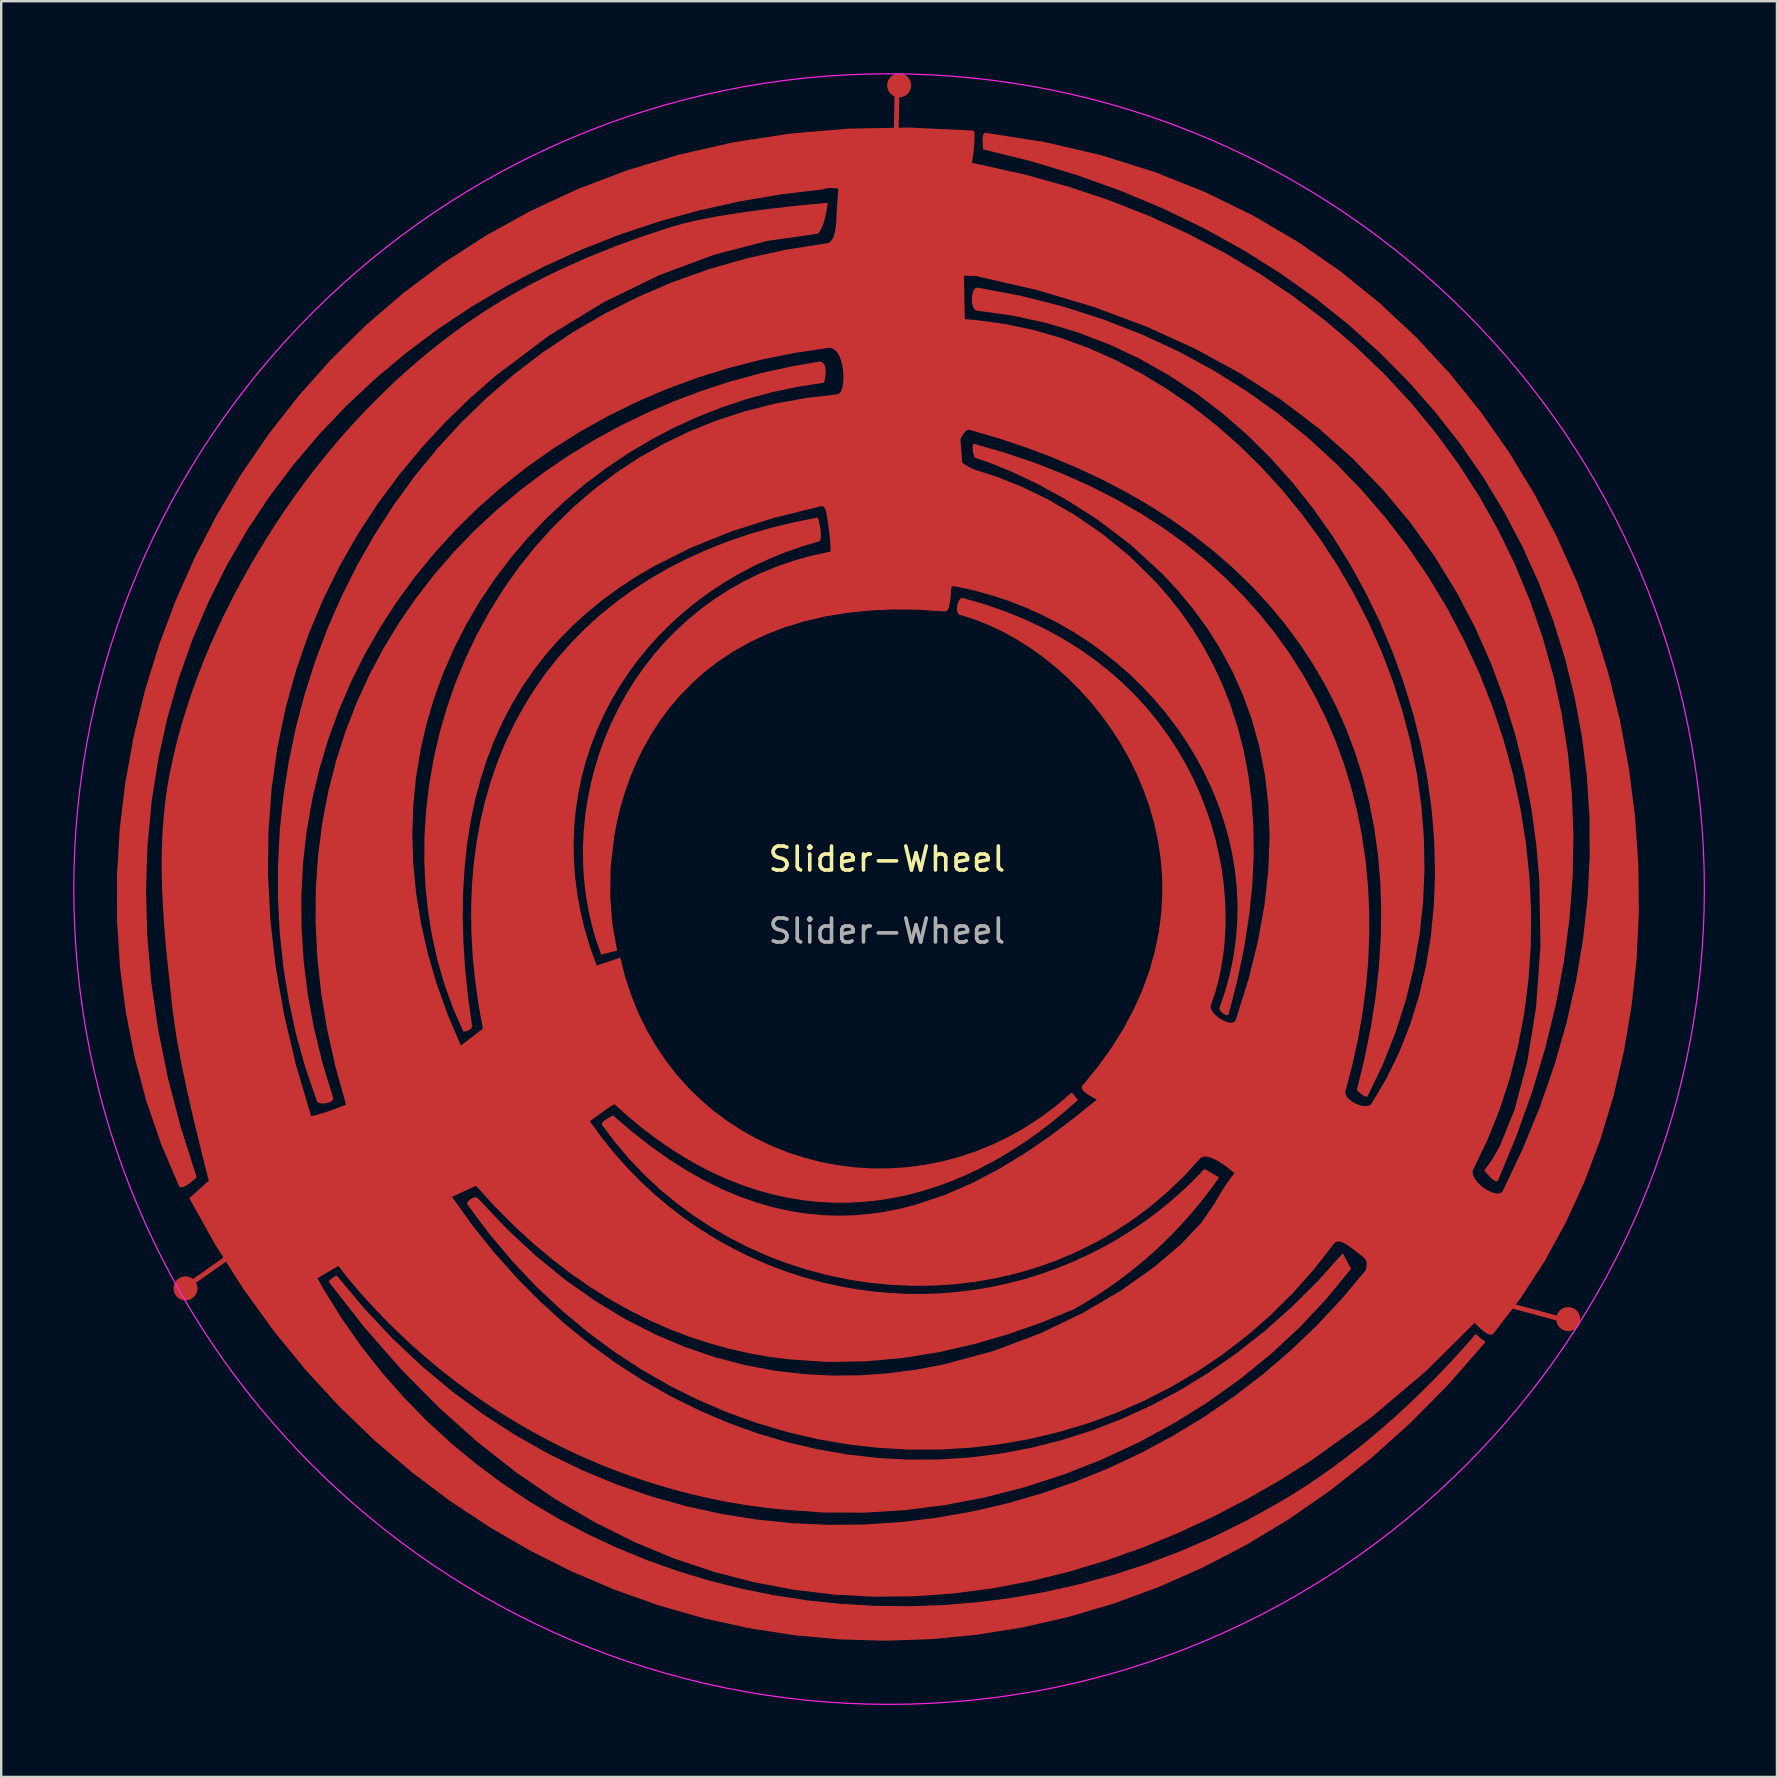
<source format=kicad_pcb>
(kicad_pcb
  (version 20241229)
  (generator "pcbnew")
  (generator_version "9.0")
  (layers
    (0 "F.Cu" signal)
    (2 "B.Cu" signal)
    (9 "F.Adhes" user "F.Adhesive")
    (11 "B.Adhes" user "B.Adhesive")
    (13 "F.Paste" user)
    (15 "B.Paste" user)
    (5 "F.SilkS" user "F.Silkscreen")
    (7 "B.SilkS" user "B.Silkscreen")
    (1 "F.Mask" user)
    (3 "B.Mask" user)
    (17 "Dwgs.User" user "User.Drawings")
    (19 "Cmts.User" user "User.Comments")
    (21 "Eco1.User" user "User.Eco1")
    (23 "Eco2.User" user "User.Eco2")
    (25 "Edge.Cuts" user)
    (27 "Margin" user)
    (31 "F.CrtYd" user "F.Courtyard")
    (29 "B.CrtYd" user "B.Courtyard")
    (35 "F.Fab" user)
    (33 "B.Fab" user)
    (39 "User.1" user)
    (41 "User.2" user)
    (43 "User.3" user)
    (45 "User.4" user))
  (footprint "Slider-Wheel"
    (layer "F.Cu")
    (at 33.989 34.009)
    (property "Reference" "Slider-Wheel" (at -0.08 -1.26 0) (unlocked yes) (layer "F.SilkS") (effects (font (size 1 1) (thickness 0.15))))
    (attr smd)
    (fp_line (start -29.42 16.66) (end -27.45 15.27) (stroke (width 0.2) (type solid)) (layer "F.Cu"))
    (fp_line (start 0.34 -33.08) (end 0.3 -31.37) (stroke (width 0.2) (type solid)) (layer "F.Cu"))
    (fp_line (start 25.55 17.25) (end 27.96 17.9) (stroke (width 0.2) (type solid)) (layer "F.Cu"))
    (fp_poly (pts (xy -2.567 -28.45) (xy -2.593 -28.282) (xy -2.634 -28.081) (xy -2.659 -27.974) (xy -2.689 -27.866) (xy -2.723 -27.758) (xy -2.761 -27.654) (xy -2.803 -27.556) (xy -2.851 -27.466) (xy -2.876 -27.425) (xy -2.903 -27.386) (xy -2.931 -27.351) (xy -2.961 -27.32) (xy -5.065 -27.02) (xy -7.286 -26.442) (xy -9.575 -25.589) (xy -11.887 -24.463) (xy -14.173 -23.066) (xy -16.385 -21.401) (xy -17.45 -20.469) (xy -18.478 -19.471) (xy -19.464 -18.407) (xy -20.403 -17.278) (xy -21.287 -16.084) (xy -22.112 -14.824) (xy -22.871 -13.5) (xy -23.559 -12.112) (xy -24.169 -10.66) (xy -24.696 -9.144) (xy -25.134 -7.565) (xy -25.476 -5.923) (xy -25.717 -4.218) (xy -25.851 -2.451) (xy -25.872 -0.622) (xy -25.774 1.27) (xy -25.552 3.222) (xy -25.198 5.236) (xy -24.708 7.311) (xy -24.075 9.446) (xy -24.037 9.445) (xy -23.97 9.433) (xy -23.852 9.405) (xy -23.672 9.352) (xy -23.415 9.268) (xy -23.068 9.146) (xy -22.619 8.979) (xy -23.06 7.396) (xy -23.405 5.843) (xy -23.656 4.322) (xy -23.817 2.834) (xy -23.889 1.38) (xy -23.877 -0.04) (xy -23.782 -1.424) (xy -23.608 -2.773) (xy -23.357 -4.084) (xy -23.033 -5.357) (xy -22.637 -6.592) (xy -22.173 -7.787) (xy -21.644 -8.941) (xy -21.052 -10.054) (xy -20.4 -11.124) (xy -19.691 -12.151) (xy -18.928 -13.135) (xy -18.113 -14.073) (xy -17.25 -14.965) (xy -16.341 -15.81) (xy -15.389 -16.608) (xy -14.397 -17.358) (xy -13.368 -18.058) (xy -12.304 -18.708) (xy -11.208 -19.307) (xy -10.083 -19.853) (xy -8.933 -20.347) (xy -7.758 -20.788) (xy -6.564 -21.173) (xy -5.351 -21.503) (xy -4.124 -21.777) (xy -2.884 -21.993) (xy -2.855 -21.99) (xy -2.828 -21.984) (xy -2.802 -21.975) (xy -2.779 -21.964) (xy -2.758 -21.949) (xy -2.738 -21.932) (xy -2.721 -21.913) (xy -2.705 -21.892) (xy -2.691 -21.868) (xy -2.678 -21.843) (xy -2.667 -21.816) (xy -2.658 -21.787) (xy -2.644 -21.725) (xy -2.635 -21.659) (xy -2.631 -21.59) (xy -2.632 -21.518) (xy -2.636 -21.445) (xy -2.645 -21.373) (xy -2.656 -21.302) (xy -2.67 -21.234) (xy -2.687 -21.169) (xy -2.705 -21.11) (xy -3.792 -20.944) (xy -4.866 -20.716) (xy -5.925 -20.429) (xy -6.965 -20.083) (xy -7.984 -19.681) (xy -8.979 -19.224) (xy -9.949 -18.714) (xy -10.889 -18.152) (xy -11.797 -17.54) (xy -12.672 -16.88) (xy -13.509 -16.173) (xy -14.306 -15.421) (xy -15.062 -14.626) (xy -15.772 -13.789) (xy -16.435 -12.912) (xy -17.047 -11.997) (xy -17.607 -11.045) (xy -18.11 -10.058) (xy -18.556 -9.038) (xy -18.941 -7.986) (xy -19.262 -6.904) (xy -19.517 -5.793) (xy -19.703 -4.656) (xy -19.817 -3.494) (xy -19.857 -2.308) (xy -19.82 -1.1) (xy -19.704 0.127) (xy -19.505 1.374) (xy -19.221 2.637) (xy -18.85 3.915) (xy -18.389 5.207) (xy -17.835 6.51) (xy -16.917 5.805) (xy -17.104 4.768) (xy -17.246 3.748) (xy -17.344 2.746) (xy -17.397 1.763) (xy -17.407 0.8) (xy -17.374 -0.143) (xy -17.298 -1.065) (xy -17.18 -1.966) (xy -17.02 -2.845) (xy -16.819 -3.701) (xy -16.577 -4.533) (xy -16.296 -5.342) (xy -15.974 -6.126) (xy -15.613 -6.885) (xy -15.213 -7.618) (xy -14.775 -8.324) (xy -14.3 -9.003) (xy -13.787 -9.654) (xy -13.237 -10.277) (xy -12.651 -10.871) (xy -12.029 -11.435) (xy -11.371 -11.968) (xy -10.679 -12.471) (xy -9.952 -12.942) (xy -9.192 -13.38) (xy -8.398 -13.786) (xy -7.571 -14.158) (xy -6.712 -14.496) (xy -5.82 -14.799) (xy -4.898 -15.067) (xy -3.944 -15.298) (xy -2.96 -15.493) (xy -2.928 -15.382) (xy -2.898 -15.262) (xy -2.868 -15.115) (xy -2.855 -15.035) (xy -2.844 -14.954) (xy -2.836 -14.871) (xy -2.832 -14.791) (xy -2.833 -14.712) (xy -2.84 -14.638) (xy -2.846 -14.603) (xy -2.853 -14.57) (xy -2.862 -14.538) (xy -2.873 -14.509) (xy -3.591 -14.297) (xy -4.29 -14.053) (xy -4.969 -13.778) (xy -5.627 -13.473) (xy -6.263 -13.138) (xy -6.876 -12.776) (xy -7.466 -12.386) (xy -8.032 -11.971) (xy -8.573 -11.53) (xy -9.088 -11.066) (xy -9.576 -10.578) (xy -10.037 -10.068) (xy -10.469 -9.538) (xy -10.872 -8.987) (xy -11.245 -8.417) (xy -11.587 -7.83) (xy -11.897 -7.226) (xy -12.175 -6.605) (xy -12.419 -5.97) (xy -12.629 -5.321) (xy -12.804 -4.659) (xy -12.943 -3.986) (xy -13.045 -3.301) (xy -13.11 -2.607) (xy -13.136 -1.904) (xy -13.123 -1.193) (xy -13.07 -0.476) (xy -12.976 0.247) (xy -12.84 0.975) (xy -12.662 1.706) (xy -12.44 2.441) (xy -12.174 3.176) (xy -11.194 2.847) (xy -10.988 3.651) (xy -10.735 4.42) (xy -10.437 5.154) (xy -10.097 5.851) (xy -9.716 6.511) (xy -9.298 7.134) (xy -8.844 7.719) (xy -8.356 8.265) (xy -7.837 8.773) (xy -7.288 9.241) (xy -6.713 9.669) (xy -6.113 10.056) (xy -5.491 10.402) (xy -4.849 10.707) (xy -4.188 10.969) (xy -3.512 11.189) (xy -2.823 11.365) (xy -2.122 11.498) (xy -1.412 11.587) (xy -0.695 11.63) (xy 0.026 11.628) (xy 0.75 11.581) (xy 1.474 11.486) (xy 2.196 11.345) (xy 2.913 11.157) (xy 3.624 10.92) (xy 4.326 10.635) (xy 5.017 10.3) (xy 5.694 9.916) (xy 6.357 9.482) (xy 7.001 8.997) (xy 7.626 8.461) (xy 7.881 8.78) (xy 7.313 9.278) (xy 6.739 9.747) (xy 6.159 10.185) (xy 5.574 10.593) (xy 4.984 10.97) (xy 4.388 11.317) (xy 3.789 11.634) (xy 3.186 11.919) (xy 2.579 12.173) (xy 1.969 12.395) (xy 1.357 12.586) (xy 0.742 12.745) (xy 0.125 12.873) (xy -0.493 12.968) (xy -1.113 13.03) (xy -1.733 13.06) (xy -2.353 13.058) (xy -2.973 13.022) (xy -3.593 12.954) (xy -4.212 12.852) (xy -4.83 12.717) (xy -5.446 12.548) (xy -6.06 12.345) (xy -6.671 12.108) (xy -7.28 11.837) (xy -7.885 11.531) (xy -8.487 11.191) (xy -9.085 10.815) (xy -9.678 10.405) (xy -10.267 9.96) (xy -10.85 9.479) (xy -11.427 8.963) (xy -11.468 8.979) (xy -11.519 9.005) (xy -11.577 9.039) (xy -11.642 9.08) (xy -11.787 9.178) (xy -11.943 9.289) (xy -12.244 9.508) (xy -12.369 9.597) (xy -12.463 9.658) (xy -11.972 10.336) (xy -11.453 10.982) (xy -10.908 11.597) (xy -10.338 12.179) (xy -9.744 12.729) (xy -9.127 13.246) (xy -8.49 13.73) (xy -7.833 14.181) (xy -7.158 14.598) (xy -6.465 14.981) (xy -5.758 15.329) (xy -5.036 15.643) (xy -4.301 15.922) (xy -3.555 16.165) (xy -2.799 16.372) (xy -2.034 16.544) (xy -1.344 16.667) (xy -0.648 16.76) (xy 0.051 16.823) (xy 0.753 16.857) (xy 1.457 16.861) (xy 2.162 16.834) (xy 2.867 16.777) (xy 3.571 16.689) (xy 4.272 16.57) (xy 4.971 16.42) (xy 5.666 16.238) (xy 6.356 16.025) (xy 7.04 15.779) (xy 7.717 15.501) (xy 8.386 15.191) (xy 9.046 14.848) (xy 9.325 14.692) (xy 9.6 14.53) (xy 9.871 14.364) (xy 10.138 14.193) (xy 10.401 14.018) (xy 10.659 13.838) (xy 10.913 13.654) (xy 11.162 13.466) (xy 11.407 13.273) (xy 11.648 13.077) (xy 11.884 12.876) (xy 12.116 12.671) (xy 12.344 12.463) (xy 12.567 12.25) (xy 12.785 12.034) (xy 12.999 11.814) (xy 13.007 11.802) (xy 13.016 11.789) (xy 13.024 11.777) (xy 13.033 11.766) (xy 13.043 11.755) (xy 13.053 11.744) (xy 13.063 11.734) (xy 13.074 11.724) (xy 13.085 11.715) (xy 13.097 11.706) (xy 13.109 11.698) (xy 13.122 11.69) (xy 13.134 11.682) (xy 13.148 11.675) (xy 13.162 11.668) (xy 13.176 11.662) (xy 13.766 12.007) (xy 13.464 12.428) (xy 13.15 12.839) (xy 12.826 13.241) (xy 12.491 13.633) (xy 12.146 14.015) (xy 11.791 14.387) (xy 11.425 14.748) (xy 11.05 15.099) (xy 10.665 15.438) (xy 10.271 15.767) (xy 9.867 16.085) (xy 9.454 16.391) (xy 9.032 16.685) (xy 8.6 16.967) (xy 8.161 17.238) (xy 7.712 17.496) (xy 6.401 18.037) (xy 5.026 18.524) (xy 3.592 18.944) (xy 2.106 19.284) (xy 0.577 19.531) (xy -0.99 19.672) (xy -2.588 19.694) (xy -4.209 19.583) (xy -5.026 19.474) (xy -5.847 19.327) (xy -6.67 19.14) (xy -7.495 18.912) (xy -8.32 18.641) (xy -9.146 18.325) (xy -9.97 17.963) (xy -10.793 17.554) (xy -11.613 17.094) (xy -12.429 16.584) (xy -13.241 16.021) (xy -14.047 15.403) (xy -14.848 14.73) (xy -15.641 13.998) (xy -16.427 13.208) (xy -17.203 12.356) (xy -18.204 12.815) (xy -17.352 14.004) (xy -16.453 15.128) (xy -15.509 16.188) (xy -14.524 17.181) (xy -13.5 18.109) (xy -12.439 18.968) (xy -11.345 19.76) (xy -10.22 20.484) (xy -9.067 21.137) (xy -7.889 21.72) (xy -6.688 22.232) (xy -5.468 22.672) (xy -4.23 23.04) (xy -2.978 23.333) (xy -1.714 23.553) (xy -0.441 23.698) (xy 0.839 23.766) (xy 2.121 23.758) (xy 3.405 23.673) (xy 4.686 23.51) (xy 5.963 23.267) (xy 7.232 22.945) (xy 8.491 22.542) (xy 9.737 22.058) (xy 10.968 21.492) (xy 12.18 20.844) (xy 13.371 20.111) (xy 14.538 19.294) (xy 15.679 18.392) (xy 16.791 17.404) (xy 17.87 16.33) (xy 18.915 15.167) (xy 19.26 15.813) (xy 18.234 17.068) (xy 17.117 18.255) (xy 15.914 19.372) (xy 14.633 20.414) (xy 13.281 21.378) (xy 11.863 22.261) (xy 10.387 23.06) (xy 8.86 23.769) (xy 7.288 24.387) (xy 5.677 24.91) (xy 4.035 25.333) (xy 2.368 25.655) (xy 0.683 25.87) (xy -1.014 25.976) (xy -2.716 25.97) (xy -4.415 25.847) (xy -4.702 25.818) (xy -4.987 25.787) (xy -5.272 25.752) (xy -5.557 25.714) (xy -5.842 25.673) (xy -6.126 25.629) (xy -6.409 25.582) (xy -6.692 25.532) (xy -6.974 25.479) (xy -7.256 25.423) (xy -7.537 25.364) (xy -7.817 25.301) (xy -8.097 25.236) (xy -8.376 25.168) (xy -8.654 25.096) (xy -8.932 25.022) (xy -9.209 24.944) (xy -9.485 24.864) (xy -9.76 24.78) (xy -10.035 24.694) (xy -10.309 24.604) (xy -10.581 24.512) (xy -10.853 24.416) (xy -11.124 24.318) (xy -11.394 24.217) (xy -11.663 24.112) (xy -11.931 24.005) (xy -12.198 23.894) (xy -12.464 23.781) (xy -12.729 23.665) (xy -12.993 23.546) (xy -13.255 23.423) (xy -13.517 23.298) (xy -13.777 23.17) (xy -14.036 23.039) (xy -14.294 22.905) (xy -14.55 22.769) (xy -14.806 22.629) (xy -15.06 22.486) (xy -15.312 22.341) (xy -15.564 22.193) (xy -15.814 22.041) (xy -16.062 21.887) (xy -16.31 21.73) (xy -16.555 21.571) (xy -16.799 21.408) (xy -17.042 21.243) (xy -17.283 21.074) (xy -17.523 20.903) (xy -17.761 20.729) (xy -17.998 20.552) (xy -18.232 20.373) (xy -18.466 20.19) (xy -18.697 20.005) (xy -18.927 19.817) (xy -19.155 19.626) (xy -19.381 19.433) (xy -19.606 19.236) (xy -19.829 19.037) (xy -20.05 18.835) (xy -20.269 18.63) (xy -20.486 18.422) (xy -20.701 18.212) (xy -20.915 17.999) (xy -21.126 17.783) (xy -21.336 17.565) (xy -21.543 17.343) (xy -21.749 17.12) (xy -21.952 16.893) (xy -22.153 16.663) (xy -22.353 16.431) (xy -22.55 16.197) (xy -22.597 16.138) (xy -22.645 16.077) (xy -22.742 15.949) (xy -22.84 15.819) (xy -22.889 15.756) (xy -22.937 15.694) (xy -23.813 16.207) (xy -23.675 16.454) (xy -23.605 16.577) (xy -23.534 16.7) (xy -22.789 17.896) (xy -21.986 19.039) (xy -21.128 20.13) (xy -20.217 21.166) (xy -19.257 22.147) (xy -18.249 23.073) (xy -17.197 23.944) (xy -16.102 24.757) (xy -14.967 25.514) (xy -13.795 26.212) (xy -12.588 26.852) (xy -11.349 27.432) (xy -10.081 27.952) (xy -8.786 28.412) (xy -7.466 28.811) (xy -6.124 29.147) (xy -4.763 29.421) (xy -3.385 29.632) (xy -1.992 29.778) (xy -0.588 29.86) (xy 0.825 29.877) (xy 2.245 29.828) (xy 3.669 29.712) (xy 5.094 29.529) (xy 6.519 29.278) (xy 7.94 28.958) (xy 9.355 28.569) (xy 10.761 28.11) (xy 12.156 27.58) (xy 13.537 26.98) (xy 14.902 26.307) (xy 16.248 25.561) (xy 16.829 25.211) (xy 17.4 24.846) (xy 17.961 24.468) (xy 18.512 24.077) (xy 19.054 23.674) (xy 19.585 23.259) (xy 20.106 22.835) (xy 20.617 22.401) (xy 21.117 21.959) (xy 21.606 21.509) (xy 22.085 21.052) (xy 22.553 20.59) (xy 23.01 20.122) (xy 23.455 19.651) (xy 23.89 19.176) (xy 24.313 18.698) (xy 24.381 18.605) (xy 24.393 18.588) (xy 24.399 18.581) (xy 24.404 18.575) (xy 24.409 18.569) (xy 24.413 18.564) (xy 24.418 18.559) (xy 24.422 18.555) (xy 24.426 18.552) (xy 24.43 18.549) (xy 24.434 18.547) (xy 24.438 18.545) (xy 24.44 18.545) (xy 24.442 18.544) (xy 24.444 18.544) (xy 24.446 18.544) (xy 24.448 18.544) (xy 24.449 18.544) (xy 24.453 18.544) (xy 24.457 18.545) (xy 24.462 18.546) (xy 24.466 18.548) (xy 24.47 18.551) (xy 24.475 18.553) (xy 24.48 18.556) (xy 24.485 18.56) (xy 24.491 18.564) (xy 24.518 18.585) (xy 24.551 18.612) (xy 24.632 18.68) (xy 24.681 18.72) (xy 24.735 18.762) (xy 24.793 18.807) (xy 24.857 18.852) (xy 24.828 18.909) (xy 23.306 20.646) (xy 21.724 22.247) (xy 20.086 23.715) (xy 18.398 25.049) (xy 16.665 26.251) (xy 14.891 27.322) (xy 13.082 28.263) (xy 11.242 29.076) (xy 9.377 29.761) (xy 7.491 30.32) (xy 5.59 30.753) (xy 3.677 31.062) (xy 1.759 31.248) (xy -0.159 31.312) (xy -2.073 31.255) (xy -3.979 31.078) (xy -5.869 30.782) (xy -7.741 30.369) (xy -9.589 29.84) (xy -11.407 29.195) (xy -13.192 28.436) (xy -14.937 27.564) (xy -16.638 26.58) (xy -18.291 25.485) (xy -19.889 24.281) (xy -21.429 22.968) (xy -22.904 21.547) (xy -24.311 20.02) (xy -25.644 18.388) (xy -26.898 16.651) (xy -28.069 14.812) (xy -29.151 12.87) (xy -28.338 12.14) (xy -28.534 11.378) (xy -28.987 9.522) (xy -29.245 8.387) (xy -29.489 7.221) (xy -29.695 6.105) (xy -29.836 5.121) (xy -30.102 2.634) (xy -30.208 1.383) (xy -30.279 0.131) (xy -30.297 -0.495) (xy -30.303 -1.119) (xy -30.293 -1.743) (xy -30.267 -2.364) (xy -30.222 -2.984) (xy -30.158 -3.602) (xy -30.073 -4.217) (xy -29.965 -4.828) (xy -29.819 -5.516) (xy -29.653 -6.201) (xy -29.467 -6.881) (xy -29.261 -7.556) (xy -29.038 -8.227) (xy -28.797 -8.892) (xy -28.539 -9.552) (xy -28.265 -10.206) (xy -27.975 -10.854) (xy -27.671 -11.496) (xy -27.353 -12.13) (xy -27.021 -12.757) (xy -26.677 -13.376) (xy -26.321 -13.987) (xy -25.954 -14.59) (xy -25.576 -15.185) (xy -25.196 -15.759) (xy -24.802 -16.325) (xy -24.396 -16.884) (xy -23.978 -17.436) (xy -23.548 -17.978) (xy -23.106 -18.512) (xy -22.652 -19.036) (xy -22.186 -19.55) (xy -21.71 -20.053) (xy -21.222 -20.546) (xy -20.724 -21.027) (xy -20.215 -21.495) (xy -19.696 -21.952) (xy -19.167 -22.395) (xy -18.628 -22.824) (xy -18.079 -23.24) (xy -17.568 -23.606) (xy -17.047 -23.959) (xy -16.516 -24.298) (xy -15.976 -24.624) (xy -15.428 -24.938) (xy -14.872 -25.238) (xy -14.309 -25.527) (xy -13.739 -25.803) (xy -12.583 -26.321) (xy -11.408 -26.795) (xy -10.219 -27.226) (xy -9.02 -27.618) (xy -8.604 -27.735) (xy -8.144 -27.846) (xy -7.649 -27.949) (xy -7.13 -28.045) (xy -6.056 -28.215) (xy -5.002 -28.355) (xy -4.046 -28.464) (xy -3.266 -28.543) (xy -2.547 -28.606)) (stroke (width 0) (type solid)) (fill yes) (layer "F.Cu"))
    (fp_poly (pts (xy 3.459 -31.622) (xy 3.472 -31.621) (xy 3.485 -31.619) (xy 3.496 -31.615) (xy 3.507 -31.611) (xy 3.516 -31.607) (xy 3.525 -31.601) (xy 3.533 -31.595) (xy 3.54 -31.588) (xy 3.546 -31.58) (xy 3.551 -31.572) (xy 3.556 -31.562) (xy 3.559 -31.553) (xy 3.566 -31.531) (xy 3.57 -31.508) (xy 3.572 -31.481) (xy 3.572 -31.453) (xy 3.571 -31.391) (xy 3.568 -31.323) (xy 3.566 -31.248) (xy 3.565 -31.172) (xy 3.561 -31.092) (xy 3.556 -31.011) (xy 3.549 -30.929) (xy 3.533 -30.766) (xy 3.514 -30.613) (xy 3.496 -30.479) (xy 3.479 -30.372) (xy 3.464 -30.277) (xy 3.616 -30.242) (xy 3.75 -30.213) (xy 3.871 -30.188) (xy 5.712 -29.775) (xy 7.495 -29.279) (xy 9.218 -28.702) (xy 10.88 -28.047) (xy 12.478 -27.316) (xy 14.012 -26.512) (xy 15.479 -25.637) (xy 16.877 -24.693) (xy 18.206 -23.683) (xy 19.462 -22.609) (xy 20.645 -21.475) (xy 21.753 -20.281) (xy 22.783 -19.032) (xy 23.735 -17.728) (xy 24.606 -16.373) (xy 25.394 -14.97) (xy 26.099 -13.52) (xy 26.717 -12.026) (xy 27.248 -10.491) (xy 27.69 -8.916) (xy 28.04 -7.305) (xy 28.298 -5.66) (xy 28.462 -3.983) (xy 28.528 -2.277) (xy 28.497 -0.545) (xy 28.366 1.212) (xy 28.134 2.991) (xy 27.798 4.789) (xy 27.358 6.604) (xy 26.81 8.434) (xy 26.154 10.275) (xy 25.388 12.126) (xy 25.378 12.144) (xy 25.366 12.157) (xy 25.352 12.166) (xy 25.336 12.17) (xy 25.318 12.171) (xy 25.299 12.168) (xy 25.279 12.162) (xy 25.258 12.152) (xy 25.235 12.14) (xy 25.212 12.125) (xy 25.188 12.109) (xy 25.164 12.09) (xy 25.114 12.047) (xy 25.065 12) (xy 25.016 11.95) (xy 24.97 11.9) (xy 24.89 11.807) (xy 24.813 11.712) (xy 25.147 11.258) (xy 25.473 10.675) (xy 26.083 9.156) (xy 26.597 7.22) (xy 26.97 4.935) (xy 27.154 2.366) (xy 27.105 -0.42) (xy 26.978 -1.873) (xy 26.776 -3.356) (xy 26.492 -4.859) (xy 26.121 -6.375) (xy 25.657 -7.895) (xy 25.094 -9.412) (xy 24.427 -10.916) (xy 23.649 -12.399) (xy 22.756 -13.853) (xy 21.74 -15.27) (xy 20.597 -16.641) (xy 19.321 -17.959) (xy 17.906 -19.214) (xy 16.347 -20.399) (xy 14.636 -21.504) (xy 12.77 -22.523) (xy 10.741 -23.446) (xy 8.545 -24.265) (xy 6.175 -24.972) (xy 3.625 -25.558) (xy 3.132 -25.574) (xy 3.164 -23.76) (xy 3.332 -23.747) (xy 3.479 -23.736) (xy 3.612 -23.724) (xy 4.818 -23.563) (xy 6.008 -23.312) (xy 7.179 -22.975) (xy 8.328 -22.555) (xy 9.452 -22.056) (xy 10.549 -21.482) (xy 11.615 -20.835) (xy 12.648 -20.12) (xy 13.645 -19.34) (xy 14.603 -18.497) (xy 15.519 -17.597) (xy 16.389 -16.642) (xy 17.213 -15.635) (xy 17.985 -14.581) (xy 18.704 -13.483) (xy 19.367 -12.343) (xy 19.971 -11.166) (xy 20.512 -9.956) (xy 20.988 -8.715) (xy 21.397 -7.446) (xy 21.735 -6.155) (xy 21.999 -4.843) (xy 22.187 -3.515) (xy 22.295 -2.174) (xy 22.321 -0.823) (xy 22.263 0.533) (xy 22.116 1.893) (xy 21.878 3.251) (xy 21.546 4.606) (xy 21.118 5.952) (xy 20.591 7.287) (xy 19.961 8.608) (xy 19.952 8.62) (xy 19.948 8.626) (xy 19.942 8.63) (xy 19.931 8.637) (xy 19.918 8.641) (xy 19.904 8.643) (xy 19.889 8.642) (xy 19.872 8.639) (xy 19.855 8.634) (xy 19.837 8.627) (xy 19.819 8.619) (xy 19.8 8.609) (xy 19.78 8.598) (xy 19.741 8.572) (xy 19.701 8.543) (xy 19.662 8.512) (xy 19.626 8.481) (xy 19.592 8.45) (xy 19.562 8.423) (xy 19.502 8.363) (xy 19.826 7.039) (xy 20.087 5.742) (xy 20.286 4.472) (xy 20.423 3.229) (xy 20.501 2.014) (xy 20.518 0.827) (xy 20.478 -0.332) (xy 20.38 -1.462) (xy 20.225 -2.563) (xy 20.016 -3.635) (xy 19.751 -4.677) (xy 19.433 -5.69) (xy 19.063 -6.672) (xy 18.641 -7.623) (xy 18.169 -8.544) (xy 17.647 -9.433) (xy 17.077 -10.291) (xy 16.459 -11.117) (xy 15.794 -11.91) (xy 15.084 -12.672) (xy 14.329 -13.4) (xy 13.531 -14.095) (xy 12.689 -14.756) (xy 11.806 -15.384) (xy 10.883 -15.978) (xy 9.919 -16.537) (xy 8.917 -17.061) (xy 7.877 -17.55) (xy 6.801 -18.004) (xy 5.688 -18.422) (xy 4.541 -18.804) (xy 3.359 -19.149) (xy 3.343 -19.153) (xy 3.327 -19.154) (xy 3.31 -19.153) (xy 3.294 -19.148) (xy 3.277 -19.142) (xy 3.261 -19.134) (xy 3.244 -19.123) (xy 3.228 -19.111) (xy 3.212 -19.098) (xy 3.196 -19.083) (xy 3.18 -19.066) (xy 3.165 -19.049) (xy 3.135 -19.012) (xy 3.107 -18.973) (xy 3.081 -18.934) (xy 3.057 -18.895) (xy 3.036 -18.858) (xy 3.018 -18.825) (xy 2.984 -18.756) (xy 3.061 -17.776) (xy 3.115 -17.739) (xy 3.175 -17.698) (xy 3.253 -17.65) (xy 3.342 -17.598) (xy 3.39 -17.573) (xy 3.439 -17.548) (xy 3.49 -17.524) (xy 3.54 -17.503) (xy 3.591 -17.484) (xy 3.641 -17.468) (xy 4.522 -17.184) (xy 5.519 -16.785) (xy 6.6 -16.263) (xy 7.733 -15.61) (xy 8.888 -14.819) (xy 10.034 -13.882) (xy 11.14 -12.791) (xy 11.668 -12.185) (xy 12.175 -11.539) (xy 12.656 -10.85) (xy 13.107 -10.118) (xy 13.525 -9.342) (xy 13.906 -8.521) (xy 14.246 -7.653) (xy 14.541 -6.739) (xy 14.787 -5.777) (xy 14.98 -4.766) (xy 15.117 -3.705) (xy 15.193 -2.593) (xy 15.205 -1.429) (xy 15.148 -0.213) (xy 15.019 1.057) (xy 14.815 2.382) (xy 14.53 3.762) (xy 14.162 5.199) (xy 14.157 5.212) (xy 14.15 5.222) (xy 14.141 5.231) (xy 14.131 5.237) (xy 14.12 5.24) (xy 14.107 5.242) (xy 14.092 5.243) (xy 14.077 5.241) (xy 14.061 5.238) (xy 14.044 5.233) (xy 14.027 5.226) (xy 14.009 5.219) (xy 13.991 5.21) (xy 13.972 5.2) (xy 13.954 5.188) (xy 13.936 5.176) (xy 13.918 5.163) (xy 13.9 5.149) (xy 13.883 5.135) (xy 13.867 5.12) (xy 13.851 5.105) (xy 13.837 5.089) (xy 13.824 5.073) (xy 13.812 5.056) (xy 13.802 5.04) (xy 13.793 5.024) (xy 13.786 5.008) (xy 13.78 4.992) (xy 13.777 4.976) (xy 13.776 4.961) (xy 13.778 4.947) (xy 13.781 4.933) (xy 14.025 4.216) (xy 14.219 3.497) (xy 14.366 2.775) (xy 14.465 2.053) (xy 14.519 1.332) (xy 14.529 0.613) (xy 14.495 -0.102) (xy 14.419 -0.812) (xy 14.301 -1.515) (xy 14.143 -2.21) (xy 13.946 -2.896) (xy 13.711 -3.571) (xy 13.44 -4.234) (xy 13.132 -4.883) (xy 12.79 -5.517) (xy 12.414 -6.135) (xy 12.005 -6.735) (xy 11.565 -7.316) (xy 11.095 -7.875) (xy 10.595 -8.413) (xy 10.068 -8.928) (xy 9.513 -9.417) (xy 8.932 -9.881) (xy 8.327 -10.316) (xy 7.697 -10.723) (xy 7.046 -11.098) (xy 6.372 -11.442) (xy 5.678 -11.753) (xy 4.965 -12.029) (xy 4.233 -12.268) (xy 3.484 -12.471) (xy 2.719 -12.634) (xy 2.702 -12.636) (xy 2.687 -12.636) (xy 2.673 -12.635) (xy 2.661 -12.631) (xy 2.65 -12.626) (xy 2.64 -12.619) (xy 2.632 -12.61) (xy 2.624 -12.6) (xy 2.617 -12.589) (xy 2.612 -12.576) (xy 2.603 -12.546) (xy 2.597 -12.512) (xy 2.593 -12.473) (xy 2.589 -12.386) (xy 2.587 -12.289) (xy 2.585 -12.238) (xy 2.581 -12.187) (xy 2.575 -12.136) (xy 2.566 -12.085) (xy 2.557 -12.035) (xy 2.548 -11.986) (xy 2.531 -11.891) (xy 2.522 -11.846) (xy 2.513 -11.804) (xy 2.503 -11.764) (xy 2.498 -11.745) (xy 2.492 -11.726) (xy 2.486 -11.709) (xy 2.479 -11.692) (xy 2.472 -11.677) (xy 2.464 -11.662) (xy 2.456 -11.649) (xy 2.447 -11.636) (xy 2.438 -11.625) (xy 2.428 -11.614) (xy 2.417 -11.605) (xy 2.405 -11.598) (xy 2.393 -11.591) (xy 2.38 -11.586) (xy 2.366 -11.582) (xy 2.351 -11.58) (xy 2.335 -11.579) (xy 2.318 -11.58) (xy 1.209 -11.651) (xy 0.154 -11.662) (xy -0.849 -11.615) (xy -1.8 -11.514) (xy -2.701 -11.361) (xy -3.552 -11.159) (xy -4.354 -10.911) (xy -5.108 -10.619) (xy -5.815 -10.285) (xy -6.477 -9.914) (xy -7.093 -9.506) (xy -7.666 -9.066) (xy -8.195 -8.595) (xy -8.683 -8.097) (xy -9.129 -7.574) (xy -9.535 -7.029) (xy -9.901 -6.464) (xy -10.229 -5.882) (xy -10.52 -5.286) (xy -10.775 -4.679) (xy -10.994 -4.064) (xy -11.178 -3.442) (xy -11.329 -2.817) (xy -11.447 -2.191) (xy -11.589 -0.948) (xy -11.612 0.264) (xy -11.524 1.425) (xy -11.331 2.513) (xy -11.329 2.52) (xy -11.329 2.527) (xy -11.329 2.533) (xy -11.33 2.539) (xy -11.332 2.544) (xy -11.335 2.549) (xy -11.338 2.553) (xy -11.342 2.557) (xy -11.347 2.56) (xy -11.352 2.564) (xy -11.364 2.569) (xy -11.378 2.574) (xy -11.393 2.578) (xy -11.41 2.582) (xy -11.428 2.585) (xy -11.467 2.59) (xy -11.508 2.597) (xy -11.529 2.602) (xy -11.549 2.607) (xy -11.624 2.628) (xy -11.7 2.649) (xy -11.842 2.686) (xy -11.988 2.722) (xy -12.202 2.109) (xy -12.38 1.483) (xy -12.523 0.848) (xy -12.631 0.205) (xy -12.704 -0.445) (xy -12.742 -1.099) (xy -12.746 -1.757) (xy -12.716 -2.416) (xy -12.652 -3.074) (xy -12.555 -3.73) (xy -12.424 -4.382) (xy -12.26 -5.028) (xy -12.063 -5.667) (xy -11.834 -6.297) (xy -11.572 -6.915) (xy -11.278 -7.521) (xy -10.953 -8.113) (xy -10.596 -8.689) (xy -10.207 -9.246) (xy -9.788 -9.784) (xy -9.338 -10.301) (xy -8.857 -10.794) (xy -8.346 -11.263) (xy -7.804 -11.705) (xy -7.234 -12.119) (xy -6.633 -12.503) (xy -6.003 -12.855) (xy -5.345 -13.173) (xy -4.657 -13.456) (xy -3.941 -13.702) (xy -3.197 -13.91) (xy -2.425 -14.077) (xy -2.428 -14.18) (xy -2.443 -14.447) (xy -2.457 -14.624) (xy -2.476 -14.82) (xy -2.502 -15.027) (xy -2.534 -15.237) (xy -2.544 -15.299) (xy -2.553 -15.363) (xy -2.571 -15.493) (xy -2.58 -15.558) (xy -2.59 -15.621) (xy -2.602 -15.681) (xy -2.616 -15.738) (xy -2.623 -15.765) (xy -2.632 -15.791) (xy -2.641 -15.815) (xy -2.65 -15.838) (xy -2.661 -15.859) (xy -2.673 -15.879) (xy -2.685 -15.897) (xy -2.699 -15.913) (xy -2.713 -15.927) (xy -2.729 -15.938) (xy -2.746 -15.948) (xy -2.764 -15.955) (xy -2.783 -15.959) (xy -2.804 -15.961) (xy -2.826 -15.96) (xy -2.85 -15.956) (xy -4.766 -15.485) (xy -6.572 -14.91) (xy -8.263 -14.228) (xy -9.834 -13.438) (xy -10.572 -13.001) (xy -11.279 -12.535) (xy -11.953 -12.04) (xy -12.593 -11.516) (xy -13.2 -10.963) (xy -13.771 -10.379) (xy -14.308 -9.765) (xy -14.808 -9.12) (xy -15.271 -8.444) (xy -15.698 -7.736) (xy -16.086 -6.997) (xy -16.435 -6.225) (xy -16.745 -5.42) (xy -17.015 -4.583) (xy -17.244 -3.711) (xy -17.432 -2.806) (xy -17.577 -1.867) (xy -17.68 -0.893) (xy -17.74 0.116) (xy -17.756 1.161) (xy -17.726 2.241) (xy -17.652 3.358) (xy -17.531 4.511) (xy -17.364 5.701) (xy -17.363 5.712) (xy -17.364 5.724) (xy -17.367 5.736) (xy -17.373 5.748) (xy -17.379 5.76) (xy -17.388 5.772) (xy -17.397 5.785) (xy -17.408 5.797) (xy -17.42 5.809) (xy -17.434 5.821) (xy -17.463 5.843) (xy -17.495 5.864) (xy -17.529 5.883) (xy -17.564 5.899) (xy -17.598 5.911) (xy -17.615 5.916) (xy -17.632 5.92) (xy -17.648 5.923) (xy -17.663 5.925) (xy -17.677 5.926) (xy -17.691 5.925) (xy -17.704 5.923) (xy -17.715 5.92) (xy -17.726 5.915) (xy -17.735 5.909) (xy -17.742 5.901) (xy -17.748 5.892) (xy -18.159 4.953) (xy -18.51 3.984) (xy -18.8 2.991) (xy -19.029 1.976) (xy -19.198 0.942) (xy -19.308 -0.106) (xy -19.358 -1.165) (xy -19.349 -2.231) (xy -19.28 -3.301) (xy -19.154 -4.371) (xy -18.969 -5.437) (xy -18.726 -6.496) (xy -18.425 -7.545) (xy -18.067 -8.579) (xy -17.651 -9.595) (xy -17.179 -10.59) (xy -16.651 -11.56) (xy -16.066 -12.5) (xy -15.426 -13.409) (xy -14.729 -14.281) (xy -13.978 -15.114) (xy -13.171 -15.903) (xy -12.31 -16.646) (xy -11.394 -17.338) (xy -10.425 -17.977) (xy -9.401 -18.557) (xy -8.324 -19.077) (xy -7.194 -19.531) (xy -6.011 -19.917) (xy -4.776 -20.231) (xy -3.488 -20.469) (xy -2.148 -20.628) (xy -2.11 -20.637) (xy -2.075 -20.657) (xy -2.043 -20.686) (xy -2.014 -20.725) (xy -1.988 -20.772) (xy -1.965 -20.827) (xy -1.945 -20.889) (xy -1.928 -20.958) (xy -1.904 -21.11) (xy -1.893 -21.278) (xy -1.895 -21.457) (xy -1.91 -21.64) (xy -1.939 -21.822) (xy -1.981 -21.996) (xy -2.007 -22.079) (xy -2.037 -22.158) (xy -2.07 -22.231) (xy -2.107 -22.3) (xy -2.148 -22.362) (xy -2.192 -22.417) (xy -2.24 -22.464) (xy -2.291 -22.503) (xy -2.346 -22.532) (xy -2.405 -22.552) (xy -2.468 -22.561) (xy -2.534 -22.558) (xy -3.943 -22.349) (xy -5.324 -22.07) (xy -6.673 -21.725) (xy -7.99 -21.314) (xy -9.272 -20.84) (xy -10.517 -20.304) (xy -11.723 -19.71) (xy -12.888 -19.058) (xy -14.01 -18.351) (xy -15.087 -17.59) (xy -16.116 -16.778) (xy -17.096 -15.917) (xy -18.025 -15.008) (xy -18.9 -14.053) (xy -19.72 -13.055) (xy -20.482 -12.015) (xy -21.184 -10.936) (xy -21.825 -9.819) (xy -22.402 -8.666) (xy -22.913 -7.479) (xy -23.357 -6.261) (xy -23.73 -5.012) (xy -24.031 -3.736) (xy -24.258 -2.434) (xy -24.409 -1.108) (xy -24.482 0.24) (xy -24.474 1.608) (xy -24.384 2.995) (xy -24.21 4.397) (xy -23.949 5.814) (xy -23.599 7.243) (xy -23.159 8.682) (xy -23.154 8.702) (xy -23.154 8.722) (xy -23.157 8.741) (xy -23.164 8.759) (xy -23.174 8.777) (xy -23.187 8.794) (xy -23.204 8.81) (xy -23.223 8.825) (xy -23.244 8.839) (xy -23.267 8.853) (xy -23.293 8.865) (xy -23.32 8.877) (xy -23.378 8.896) (xy -23.44 8.911) (xy -23.503 8.921) (xy -23.567 8.925) (xy -23.598 8.925) (xy -23.629 8.924) (xy -23.658 8.921) (xy -23.686 8.916) (xy -23.713 8.91) (xy -23.738 8.902) (xy -23.76 8.892) (xy -23.781 8.881) (xy -23.799 8.867) (xy -23.815 8.852) (xy -23.827 8.835) (xy -23.837 8.816) (xy -24.302 7.465) (xy -24.688 6.09) (xy -24.995 4.694) (xy -25.225 3.281) (xy -25.378 1.855) (xy -25.454 0.42) (xy -25.454 -1.019) (xy -25.379 -2.46) (xy -25.229 -3.897) (xy -25.005 -5.327) (xy -24.707 -6.746) (xy -24.337 -8.15) (xy -23.894 -9.534) (xy -23.38 -10.896) (xy -22.794 -12.231) (xy -22.138 -13.535) (xy -21.413 -14.803) (xy -20.618 -16.033) (xy -19.754 -17.22) (xy -18.823 -18.36) (xy -17.824 -19.448) (xy -16.758 -20.482) (xy -15.626 -21.457) (xy -14.429 -22.369) (xy -13.167 -23.215) (xy -11.841 -23.989) (xy -10.45 -24.688) (xy -8.997 -25.309) (xy -7.482 -25.847) (xy -5.904 -26.298) (xy -4.265 -26.658) (xy -2.566 -26.924) (xy -2.53 -26.931) (xy -2.497 -26.944) (xy -2.466 -26.963) (xy -2.437 -26.986) (xy -2.41 -27.014) (xy -2.385 -27.045) (xy -2.362 -27.081) (xy -2.341 -27.12) (xy -2.322 -27.161) (xy -2.304 -27.206) (xy -2.273 -27.3) (xy -2.248 -27.4) (xy -2.228 -27.503) (xy -2.213 -27.605) (xy -2.202 -27.703) (xy -2.189 -27.877) (xy -2.184 -28.045) (xy -2.109 -29.197) (xy -2.18 -29.207) (xy -2.256 -29.216) (xy -2.349 -29.222) (xy -2.398 -29.224) (xy -2.449 -29.224) (xy -2.5 -29.222) (xy -2.55 -29.218) (xy -2.598 -29.211) (xy -2.643 -29.202) (xy -2.684 -29.188) (xy -2.703 -29.18) (xy -2.72 -29.171) (xy -4.487 -28.962) (xy -6.227 -28.665) (xy -7.936 -28.283) (xy -9.611 -27.817) (xy -11.249 -27.27) (xy -12.846 -26.642) (xy -14.399 -25.937) (xy -15.904 -25.154) (xy -17.359 -24.297) (xy -18.759 -23.367) (xy -20.1 -22.365) (xy -21.381 -21.294) (xy -22.597 -20.156) (xy -23.745 -18.951) (xy -24.821 -17.682) (xy -25.822 -16.351) (xy -26.745 -14.959) (xy -27.585 -13.508) (xy -28.341 -12) (xy -29.008 -10.437) (xy -29.582 -8.82) (xy -30.062 -7.151) (xy -30.442 -5.432) (xy -30.719 -3.665) (xy -30.891 -1.851) (xy -30.954 0.008) (xy -30.904 1.909) (xy -30.738 3.852) (xy -30.452 5.834) (xy -30.043 7.854) (xy -29.508 9.91) (xy -28.843 12.001) (xy -28.942 12.091) (xy -29.046 12.179) (xy -29.106 12.226) (xy -29.169 12.272) (xy -29.233 12.316) (xy -29.297 12.354) (xy -29.329 12.37) (xy -29.359 12.385) (xy -29.389 12.397) (xy -29.418 12.407) (xy -29.445 12.413) (xy -29.471 12.417) (xy -29.495 12.417) (xy -29.517 12.414) (xy -29.537 12.406) (xy -29.555 12.395) (xy -29.57 12.379) (xy -29.582 12.358) (xy -30.322 10.621) (xy -30.937 8.834) (xy -31.427 7.005) (xy -31.793 5.141) (xy -32.038 3.248) (xy -32.161 1.336) (xy -32.164 -0.59) (xy -32.049 -2.522) (xy -31.816 -4.452) (xy -31.466 -6.374) (xy -31.001 -8.279) (xy -30.421 -10.161) (xy -29.728 -12.012) (xy -28.923 -13.826) (xy -28.007 -15.593) (xy -26.981 -17.309) (xy -25.847 -18.964) (xy -24.604 -20.552) (xy -23.256 -22.065) (xy -21.801 -23.497) (xy -20.243 -24.839) (xy -18.582 -26.085) (xy -16.818 -27.227) (xy -14.954 -28.257) (xy -12.99 -29.17) (xy -10.927 -29.956) (xy -8.766 -30.609) (xy -6.51 -31.122) (xy -4.158 -31.487) (xy -1.712 -31.697) (xy 0.828 -31.745)) (stroke (width 0) (type solid)) (fill yes) (layer "F.Cu"))
    (fp_poly (pts (xy 4.046 -31.524) (xy 6.504 -31.137) (xy 8.845 -30.591) (xy 11.069 -29.895) (xy 13.176 -29.056) (xy 15.166 -28.083) (xy 17.04 -26.985) (xy 18.797 -25.769) (xy 20.438 -24.444) (xy 21.963 -23.019) (xy 23.372 -21.501) (xy 24.664 -19.898) (xy 25.841 -18.22) (xy 26.902 -16.474) (xy 27.847 -14.669) (xy 28.676 -12.813) (xy 29.39 -10.914) (xy 29.989 -8.981) (xy 30.472 -7.021) (xy 30.84 -5.044) (xy 31.093 -3.057) (xy 31.231 -1.069) (xy 31.255 0.912) (xy 31.163 2.878) (xy 30.957 4.82) (xy 30.636 6.731) (xy 30.201 8.601) (xy 29.652 10.423) (xy 28.988 12.188) (xy 28.211 13.887) (xy 27.319 15.514) (xy 26.313 17.059) (xy 25.194 18.513) (xy 25.175 18.533) (xy 25.153 18.546) (xy 25.13 18.556) (xy 25.105 18.56) (xy 25.078 18.561) (xy 25.05 18.558) (xy 25.021 18.551) (xy 24.99 18.54) (xy 24.959 18.527) (xy 24.927 18.511) (xy 24.894 18.493) (xy 24.862 18.472) (xy 24.796 18.426) (xy 24.73 18.374) (xy 24.668 18.32) (xy 24.608 18.266) (xy 24.554 18.213) (xy 24.507 18.165) (xy 24.412 18.062) (xy 22.386 20.076) (xy 20.112 22) (xy 17.616 23.793) (xy 16.293 24.627) (xy 14.924 25.413) (xy 13.512 26.146) (xy 12.06 26.82) (xy 10.573 27.43) (xy 9.052 27.971) (xy 7.502 28.438) (xy 5.924 28.825) (xy 4.324 29.128) (xy 2.703 29.342) (xy 1.066 29.46) (xy -0.586 29.479) (xy -2.248 29.392) (xy -3.917 29.195) (xy -5.59 28.883) (xy -7.265 28.45) (xy -8.937 27.891) (xy -10.603 27.201) (xy -12.261 26.374) (xy -13.907 25.407) (xy -15.537 24.292) (xy -17.149 23.026) (xy -18.74 21.604) (xy -20.306 20.019) (xy -21.843 18.267) (xy -23.35 16.342) (xy -23.314 16.305) (xy -23.296 16.287) (xy -23.274 16.268) (xy -23.25 16.246) (xy -23.225 16.224) (xy -23.197 16.202) (xy -23.168 16.181) (xy -23.139 16.161) (xy -23.124 16.152) (xy -23.109 16.144) (xy -23.094 16.136) (xy -23.079 16.129) (xy -23.065 16.122) (xy -23.05 16.117) (xy -23.036 16.113) (xy -23.022 16.109) (xy -23.008 16.107) (xy -22.995 16.107) (xy -21.864 17.461) (xy -20.684 18.716) (xy -19.457 19.872) (xy -18.188 20.931) (xy -16.881 21.893) (xy -15.538 22.76) (xy -14.164 23.534) (xy -12.761 24.214) (xy -11.335 24.804) (xy -9.888 25.302) (xy -8.423 25.712) (xy -6.945 26.034) (xy -5.458 26.269) (xy -3.964 26.419) (xy -2.467 26.485) (xy -0.971 26.467) (xy 0.52 26.367) (xy 2.003 26.187) (xy 3.474 25.927) (xy 4.929 25.589) (xy 6.366 25.174) (xy 7.78 24.683) (xy 9.168 24.118) (xy 10.525 23.478) (xy 11.85 22.767) (xy 13.137 21.984) (xy 14.384 21.132) (xy 15.586 20.211) (xy 16.74 19.222) (xy 17.843 18.167) (xy 17.941 18.062) (xy 24.412 18.062) (xy 24.412 18.062) (xy 24.412 18.062) (xy 24.412 18.062) (xy 17.941 18.062) (xy 18.89 17.047) (xy 19.879 15.863) (xy 19.906 15.694) (xy 19.91 15.657) (xy 19.912 15.621) (xy 19.911 15.586) (xy 19.91 15.569) (xy 19.908 15.552) (xy 19.904 15.536) (xy 19.9 15.519) (xy 19.895 15.502) (xy 19.888 15.486) (xy 19.88 15.469) (xy 19.871 15.452) (xy 19.861 15.435) (xy 19.849 15.418) (xy 19.836 15.401) (xy 19.821 15.383) (xy 19.805 15.365) (xy 19.787 15.347) (xy 19.767 15.328) (xy 19.745 15.309) (xy 19.722 15.29) (xy 19.697 15.27) (xy 19.379 15.02) (xy 19.297 14.958) (xy 19.215 14.898) (xy 19.134 14.842) (xy 19.055 14.792) (xy 18.978 14.75) (xy 18.903 14.715) (xy 18.868 14.702) (xy 18.833 14.691) (xy 18.799 14.683) (xy 18.766 14.678) (xy 18.734 14.676) (xy 18.704 14.677) (xy 18.675 14.682) (xy 18.647 14.691) (xy 18.621 14.704) (xy 18.596 14.721) (xy 18.573 14.742) (xy 18.552 14.767) (xy 17.726 15.825) (xy 16.847 16.815) (xy 15.918 17.736) (xy 14.942 18.589) (xy 13.924 19.374) (xy 12.866 20.089) (xy 11.772 20.734) (xy 10.645 21.31) (xy 9.489 21.815) (xy 8.306 22.249) (xy 7.1 22.612) (xy 5.875 22.904) (xy 4.634 23.124) (xy 3.38 23.271) (xy 2.116 23.346) (xy 0.847 23.348) (xy -0.425 23.276) (xy -1.697 23.131) (xy -2.965 22.912) (xy -4.225 22.618) (xy -5.475 22.249) (xy -6.71 21.805) (xy -7.928 21.285) (xy -9.126 20.69) (xy -10.299 20.018) (xy -11.445 19.269) (xy -12.56 18.443) (xy -13.641 17.54) (xy -14.685 16.558) (xy -15.687 15.499) (xy -16.646 14.361) (xy -17.557 13.143) (xy -17.564 13.13) (xy -17.569 13.116) (xy -17.571 13.102) (xy -17.571 13.087) (xy -17.568 13.071) (xy -17.563 13.056) (xy -17.556 13.04) (xy -17.547 13.024) (xy -17.536 13.009) (xy -17.524 12.993) (xy -17.51 12.978) (xy -17.494 12.962) (xy -17.478 12.948) (xy -17.46 12.933) (xy -17.442 12.92) (xy -17.422 12.907) (xy -17.402 12.895) (xy -17.382 12.883) (xy -17.361 12.873) (xy -17.341 12.864) (xy -17.32 12.855) (xy -17.299 12.849) (xy -17.278 12.843) (xy -17.258 12.839) (xy -17.239 12.836) (xy -17.22 12.835) (xy -17.202 12.836) (xy -17.185 12.839) (xy -17.169 12.843) (xy -17.155 12.849) (xy -17.142 12.858) (xy -17.131 12.869) (xy -15.925 14.143) (xy -14.704 15.278) (xy -13.472 16.281) (xy -12.23 17.156) (xy -10.983 17.91) (xy -9.733 18.548) (xy -8.484 19.077) (xy -7.238 19.5) (xy -5.999 19.825) (xy -4.769 20.057) (xy -3.552 20.201) (xy -2.351 20.264) (xy -1.17 20.251) (xy -0.01 20.167) (xy 1.125 20.018) (xy 2.231 19.811) (xy 4.347 19.241) (xy 6.313 18.503) (xy 8.105 17.643) (xy 9.697 16.705) (xy 11.065 15.735) (xy 12.184 14.779) (xy 13.03 13.881) (xy 13.577 13.088) (xy 13.651 12.953) (xy 13.726 12.824) (xy 13.872 12.582) (xy 14.011 12.368) (xy 14.137 12.184) (xy 14.244 12.034) (xy 14.328 11.923) (xy 14.401 11.829) (xy 14.353 11.787) (xy 14.224 11.68) (xy 14.136 11.61) (xy 14.035 11.535) (xy 13.925 11.458) (xy 13.809 11.381) (xy 13.688 11.309) (xy 13.566 11.246) (xy 13.506 11.218) (xy 13.446 11.194) (xy 13.387 11.173) (xy 13.33 11.157) (xy 13.274 11.145) (xy 13.221 11.138) (xy 13.17 11.137) (xy 13.121 11.142) (xy 13.076 11.153) (xy 13.034 11.171) (xy 12.996 11.196) (xy 12.962 11.229) (xy 12.308 11.943) (xy 11.622 12.603) (xy 10.909 13.21) (xy 10.168 13.764) (xy 9.404 14.267) (xy 8.618 14.717) (xy 7.813 15.116) (xy 6.99 15.465) (xy 6.153 15.763) (xy 5.303 16.011) (xy 4.442 16.21) (xy 3.574 16.36) (xy 2.7 16.462) (xy 1.823 16.516) (xy 0.944 16.522) (xy 0.067 16.482) (xy -0.807 16.395) (xy -1.675 16.262) (xy -2.535 16.083) (xy -3.385 15.86) (xy -4.222 15.592) (xy -5.044 15.279) (xy -5.849 14.923) (xy -6.634 14.524) (xy -7.398 14.082) (xy -8.138 13.598) (xy -8.851 13.073) (xy -9.535 12.506) (xy -10.188 11.898) (xy -10.809 11.25) (xy -11.393 10.562) (xy -11.94 9.835) (xy -11.949 9.819) (xy -11.954 9.803) (xy -11.956 9.786) (xy -11.954 9.769) (xy -11.949 9.752) (xy -11.942 9.735) (xy -11.931 9.718) (xy -11.918 9.701) (xy -11.903 9.683) (xy -11.886 9.666) (xy -11.848 9.632) (xy -11.804 9.599) (xy -11.756 9.568) (xy -11.708 9.539) (xy -11.66 9.512) (xy -11.572 9.467) (xy -11.485 9.427) (xy -10.708 10.094) (xy -9.94 10.696) (xy -9.181 11.235) (xy -8.43 11.712) (xy -7.688 12.131) (xy -6.954 12.492) (xy -6.23 12.798) (xy -5.514 13.052) (xy -4.808 13.254) (xy -4.111 13.408) (xy -3.423 13.516) (xy -2.745 13.579) (xy -2.077 13.6) (xy -1.418 13.58) (xy -0.768 13.523) (xy -0.129 13.43) (xy 0.5 13.302) (xy 1.12 13.143) (xy 2.328 12.738) (xy 3.494 12.231) (xy 4.618 11.639) (xy 5.698 10.98) (xy 6.734 10.269) (xy 7.725 9.523) (xy 8.671 8.76) (xy 8.55 8.7) (xy 8.43 8.633) (xy 8.364 8.594) (xy 8.297 8.551) (xy 8.233 8.505) (xy 8.174 8.458) (xy 8.122 8.41) (xy 8.099 8.386) (xy 8.08 8.362) (xy 8.063 8.338) (xy 8.05 8.314) (xy 8.041 8.291) (xy 8.036 8.268) (xy 8.035 8.246) (xy 8.039 8.224) (xy 8.048 8.203) (xy 8.062 8.183) (xy 8.712 7.391) (xy 9.284 6.595) (xy 9.783 5.795) (xy 10.209 4.995) (xy 10.566 4.194) (xy 10.856 3.395) (xy 11.081 2.6) (xy 11.245 1.81) (xy 11.349 1.026) (xy 11.395 0.251) (xy 11.388 -0.514) (xy 11.328 -1.268) (xy 11.218 -2.009) (xy 11.061 -2.735) (xy 10.859 -3.445) (xy 10.615 -4.136) (xy 10.331 -4.808) (xy 10.009 -5.459) (xy 9.653 -6.087) (xy 9.264 -6.691) (xy 8.845 -7.268) (xy 8.398 -7.818) (xy 7.927 -8.338) (xy 7.432 -8.828) (xy 6.918 -9.285) (xy 6.386 -9.708) (xy 5.839 -10.095) (xy 5.278 -10.445) (xy 4.708 -10.756) (xy 4.13 -11.026) (xy 3.546 -11.254) (xy 2.959 -11.438) (xy 2.939 -11.446) (xy 2.921 -11.457) (xy 2.904 -11.472) (xy 2.89 -11.489) (xy 2.877 -11.509) (xy 2.866 -11.532) (xy 2.858 -11.556) (xy 2.85 -11.583) (xy 2.845 -11.611) (xy 2.841 -11.641) (xy 2.839 -11.672) (xy 2.839 -11.704) (xy 2.842 -11.769) (xy 2.851 -11.835) (xy 2.866 -11.9) (xy 2.886 -11.961) (xy 2.897 -11.989) (xy 2.91 -12.016) (xy 2.924 -12.041) (xy 2.938 -12.064) (xy 2.954 -12.085) (xy 2.971 -12.103) (xy 2.988 -12.117) (xy 3.007 -12.129) (xy 3.026 -12.138) (xy 3.046 -12.142) (xy 3.066 -12.143) (xy 3.088 -12.14) (xy 4 -11.876) (xy 4.868 -11.575) (xy 5.692 -11.238) (xy 6.473 -10.869) (xy 7.211 -10.468) (xy 7.908 -10.038) (xy 8.563 -9.58) (xy 9.177 -9.098) (xy 9.751 -8.592) (xy 10.286 -8.065) (xy 10.782 -7.519) (xy 11.24 -6.956) (xy 11.661 -6.377) (xy 12.045 -5.785) (xy 12.393 -5.183) (xy 12.706 -4.571) (xy 12.983 -3.952) (xy 13.227 -3.328) (xy 13.437 -2.701) (xy 13.615 -2.072) (xy 13.76 -1.445) (xy 13.874 -0.821) (xy 13.957 -0.202) (xy 14.01 0.411) (xy 14.033 1.014) (xy 14.028 1.606) (xy 13.994 2.185) (xy 13.933 2.749) (xy 13.845 3.296) (xy 13.731 3.824) (xy 13.591 4.331) (xy 13.426 4.815) (xy 13.416 4.851) (xy 13.413 4.888) (xy 13.416 4.926) (xy 13.424 4.965) (xy 13.438 5.005) (xy 13.457 5.045) (xy 13.481 5.085) (xy 13.509 5.125) (xy 13.54 5.164) (xy 13.575 5.203) (xy 13.614 5.242) (xy 13.655 5.279) (xy 13.698 5.314) (xy 13.743 5.349) (xy 13.79 5.381) (xy 13.838 5.412) (xy 13.887 5.44) (xy 13.936 5.466) (xy 13.985 5.489) (xy 14.034 5.509) (xy 14.082 5.527) (xy 14.129 5.54) (xy 14.175 5.551) (xy 14.219 5.557) (xy 14.26 5.559) (xy 14.299 5.557) (xy 14.335 5.551) (xy 14.367 5.539) (xy 14.396 5.523) (xy 14.42 5.502) (xy 14.44 5.475) (xy 14.455 5.442) (xy 14.984 3.763) (xy 15.382 2.16) (xy 15.657 0.632) (xy 15.816 -0.824) (xy 15.866 -2.208) (xy 15.815 -3.523) (xy 15.671 -4.769) (xy 15.44 -5.948) (xy 15.131 -7.061) (xy 14.751 -8.11) (xy 14.308 -9.097) (xy 13.808 -10.023) (xy 13.26 -10.89) (xy 12.67 -11.698) (xy 12.047 -12.449) (xy 11.398 -13.146) (xy 10.051 -14.379) (xy 8.689 -15.41) (xy 7.373 -16.249) (xy 6.161 -16.91) (xy 5.115 -17.403) (xy 4.293 -17.74) (xy 3.564 -17.996) (xy 3.54 -18.091) (xy 3.518 -18.187) (xy 3.508 -18.241) (xy 3.5 -18.296) (xy 3.493 -18.35) (xy 3.49 -18.402) (xy 3.49 -18.45) (xy 3.491 -18.472) (xy 3.494 -18.492) (xy 3.498 -18.51) (xy 3.504 -18.525) (xy 3.511 -18.538) (xy 3.519 -18.549) (xy 3.53 -18.556) (xy 3.542 -18.561) (xy 3.556 -18.562) (xy 3.572 -18.559) (xy 4.855 -18.187) (xy 6.085 -17.77) (xy 7.261 -17.31) (xy 8.384 -16.807) (xy 9.453 -16.264) (xy 10.47 -15.682) (xy 11.434 -15.062) (xy 12.345 -14.406) (xy 13.204 -13.716) (xy 14.011 -12.992) (xy 14.767 -12.236) (xy 15.47 -11.45) (xy 16.122 -10.635) (xy 16.723 -9.793) (xy 17.273 -8.924) (xy 17.773 -8.031) (xy 18.221 -7.116) (xy 18.62 -6.178) (xy 18.968 -5.221) (xy 19.266 -4.244) (xy 19.515 -3.251) (xy 19.714 -2.242) (xy 19.864 -1.218) (xy 19.965 -0.182) (xy 20.017 0.866) (xy 20.021 1.923) (xy 19.976 2.989) (xy 19.883 4.062) (xy 19.742 5.141) (xy 19.553 6.224) (xy 19.317 7.309) (xy 19.033 8.395) (xy 19.026 8.432) (xy 19.025 8.469) (xy 19.03 8.506) (xy 19.04 8.543) (xy 19.055 8.58) (xy 19.074 8.617) (xy 19.098 8.653) (xy 19.126 8.688) (xy 19.158 8.723) (xy 19.193 8.756) (xy 19.231 8.789) (xy 19.272 8.82) (xy 19.315 8.85) (xy 19.36 8.878) (xy 19.406 8.904) (xy 19.454 8.929) (xy 19.503 8.951) (xy 19.553 8.971) (xy 19.603 8.989) (xy 19.652 9.004) (xy 19.702 9.016) (xy 19.75 9.025) (xy 19.798 9.031) (xy 19.844 9.034) (xy 19.888 9.033) (xy 19.931 9.029) (xy 19.971 9.021) (xy 20.008 9.009) (xy 20.042 8.993) (xy 20.072 8.972) (xy 20.099 8.948) (xy 20.122 8.918) (xy 20.742 7.869) (xy 21.277 6.768) (xy 21.728 5.621) (xy 22.095 4.432) (xy 22.381 3.209) (xy 22.586 1.955) (xy 22.712 0.675) (xy 22.76 -0.624) (xy 22.731 -1.937) (xy 22.627 -3.261) (xy 22.448 -4.588) (xy 22.196 -5.914) (xy 21.872 -7.234) (xy 21.477 -8.542) (xy 21.013 -9.833) (xy 20.481 -11.102) (xy 19.881 -12.344) (xy 19.216 -13.553) (xy 18.486 -14.724) (xy 17.693 -15.852) (xy 16.838 -16.931) (xy 15.922 -17.957) (xy 14.946 -18.925) (xy 13.912 -19.827) (xy 12.821 -20.661) (xy 11.674 -21.42) (xy 10.472 -22.099) (xy 9.216 -22.693) (xy 7.908 -23.196) (xy 6.549 -23.604) (xy 5.141 -23.911) (xy 3.683 -24.112) (xy 3.655 -24.117) (xy 3.628 -24.128) (xy 3.603 -24.144) (xy 3.58 -24.164) (xy 3.559 -24.188) (xy 3.541 -24.216) (xy 3.524 -24.248) (xy 3.509 -24.282) (xy 3.496 -24.319) (xy 3.485 -24.358) (xy 3.476 -24.399) (xy 3.469 -24.442) (xy 3.461 -24.531) (xy 3.46 -24.622) (xy 3.467 -24.712) (xy 3.48 -24.798) (xy 3.49 -24.839) (xy 3.502 -24.877) (xy 3.515 -24.913) (xy 3.53 -24.947) (xy 3.547 -24.977) (xy 3.565 -25.004) (xy 3.585 -25.027) (xy 3.607 -25.046) (xy 3.631 -25.06) (xy 3.657 -25.069) (xy 3.684 -25.073) (xy 3.712 -25.071) (xy 5.529 -24.726) (xy 7.274 -24.283) (xy 8.947 -23.746) (xy 10.548 -23.121) (xy 12.077 -22.411) (xy 13.532 -21.622) (xy 14.914 -20.757) (xy 16.223 -19.823) (xy 17.457 -18.822) (xy 18.616 -17.761) (xy 19.7 -16.643) (xy 20.709 -15.473) (xy 21.641 -14.257) (xy 22.497 -12.997) (xy 23.277 -11.7) (xy 23.979 -10.369) (xy 24.603 -9.01) (xy 25.15 -7.627) (xy 25.617 -6.224) (xy 26.006 -4.807) (xy 26.316 -3.379) (xy 26.545 -1.946) (xy 26.695 -0.512) (xy 26.763 0.918) (xy 26.751 2.34) (xy 26.657 3.748) (xy 26.481 5.14) (xy 26.223 6.508) (xy 25.882 7.85) (xy 25.458 9.161) (xy 24.95 10.435) (xy 24.358 11.668) (xy 24.34 11.711) (xy 24.331 11.757) (xy 24.329 11.804) (xy 24.334 11.853) (xy 24.346 11.903) (xy 24.365 11.955) (xy 24.39 12.007) (xy 24.42 12.059) (xy 24.455 12.111) (xy 24.494 12.162) (xy 24.538 12.214) (xy 24.585 12.264) (xy 24.636 12.312) (xy 24.689 12.359) (xy 24.744 12.404) (xy 24.802 12.447) (xy 24.86 12.487) (xy 24.92 12.524) (xy 24.98 12.558) (xy 25.04 12.588) (xy 25.099 12.615) (xy 25.158 12.637) (xy 25.215 12.654) (xy 25.271 12.667) (xy 25.324 12.674) (xy 25.374 12.676) (xy 25.421 12.672) (xy 25.465 12.661) (xy 25.504 12.644) (xy 25.539 12.621) (xy 25.569 12.59) (xy 25.593 12.551) (xy 26.416 10.812) (xy 27.13 9.068) (xy 27.737 7.32) (xy 28.238 5.572) (xy 28.635 3.828) (xy 28.928 2.089) (xy 29.118 0.36) (xy 29.206 -1.357) (xy 29.195 -3.058) (xy 29.085 -4.74) (xy 28.876 -6.401) (xy 28.571 -8.038) (xy 28.17 -9.646) (xy 27.675 -11.224) (xy 27.087 -12.768) (xy 26.406 -14.274) (xy 25.635 -15.741) (xy 24.774 -17.164) (xy 23.824 -18.542) (xy 22.786 -19.869) (xy 21.663 -21.145) (xy 20.454 -22.365) (xy 19.161 -23.526) (xy 17.785 -24.626) (xy 16.328 -25.66) (xy 14.79 -26.628) (xy 13.173 -27.524) (xy 11.477 -28.346) (xy 9.705 -29.091) (xy 7.856 -29.756) (xy 5.933 -30.338) (xy 3.937 -30.833) (xy 3.936 -30.833) (xy 3.936 -30.833) (xy 3.936 -30.833) (xy 3.936 -30.833) (xy 3.936 -30.833) (xy 3.936 -30.834) (xy 3.936 -30.834) (xy 3.936 -30.834) (xy 3.936 -30.834) (xy 3.936 -30.835) (xy 3.936 -30.835) (xy 3.936 -30.836) (xy 3.936 -30.836) (xy 3.936 -30.837) (xy 3.936 -30.837) (xy 3.936 -30.838) (xy 3.937 -30.839) (xy 3.921 -30.95) (xy 3.911 -31.063) (xy 3.907 -31.127) (xy 3.905 -31.192) (xy 3.906 -31.257) (xy 3.911 -31.32) (xy 3.919 -31.378) (xy 3.925 -31.404) (xy 3.932 -31.429) (xy 3.941 -31.451) (xy 3.951 -31.471) (xy 3.962 -31.488) (xy 3.976 -31.503) (xy 3.991 -31.514) (xy 4.007 -31.521) (xy 4.026 -31.525)) (stroke (width 0) (type solid)) (fill yes) (layer "F.Cu"))
    (fp_circle (center 0.01 -0.01) (end 20.38 27.18) (stroke (width 0.05) (type solid)) (fill no) (layer "F.CrtYd"))
    (fp_text user "${REFERENCE}" (at -0.08 1.74 0) (unlocked yes) (layer "F.Fab") (effects (font (size 1 1) (thickness 0.15))))
    (pad "0" smd circle (at 28.31 17.91) (size 1 1) (layers "F.Cu"))
    (pad "1" smd circle (at -29.31 16.63) (size 1 1) (layers "F.Cu"))
    (pad "2" smd circle (at 0.43 -33.5) (size 1 1) (layers "F.Cu")))
  (gr_rect
    (start -3 -3)
    (end 70.998 70.998)
    (stroke (width 0.1) (type default))
    (fill no)
    (layer "Edge.Cuts")))
</source>
